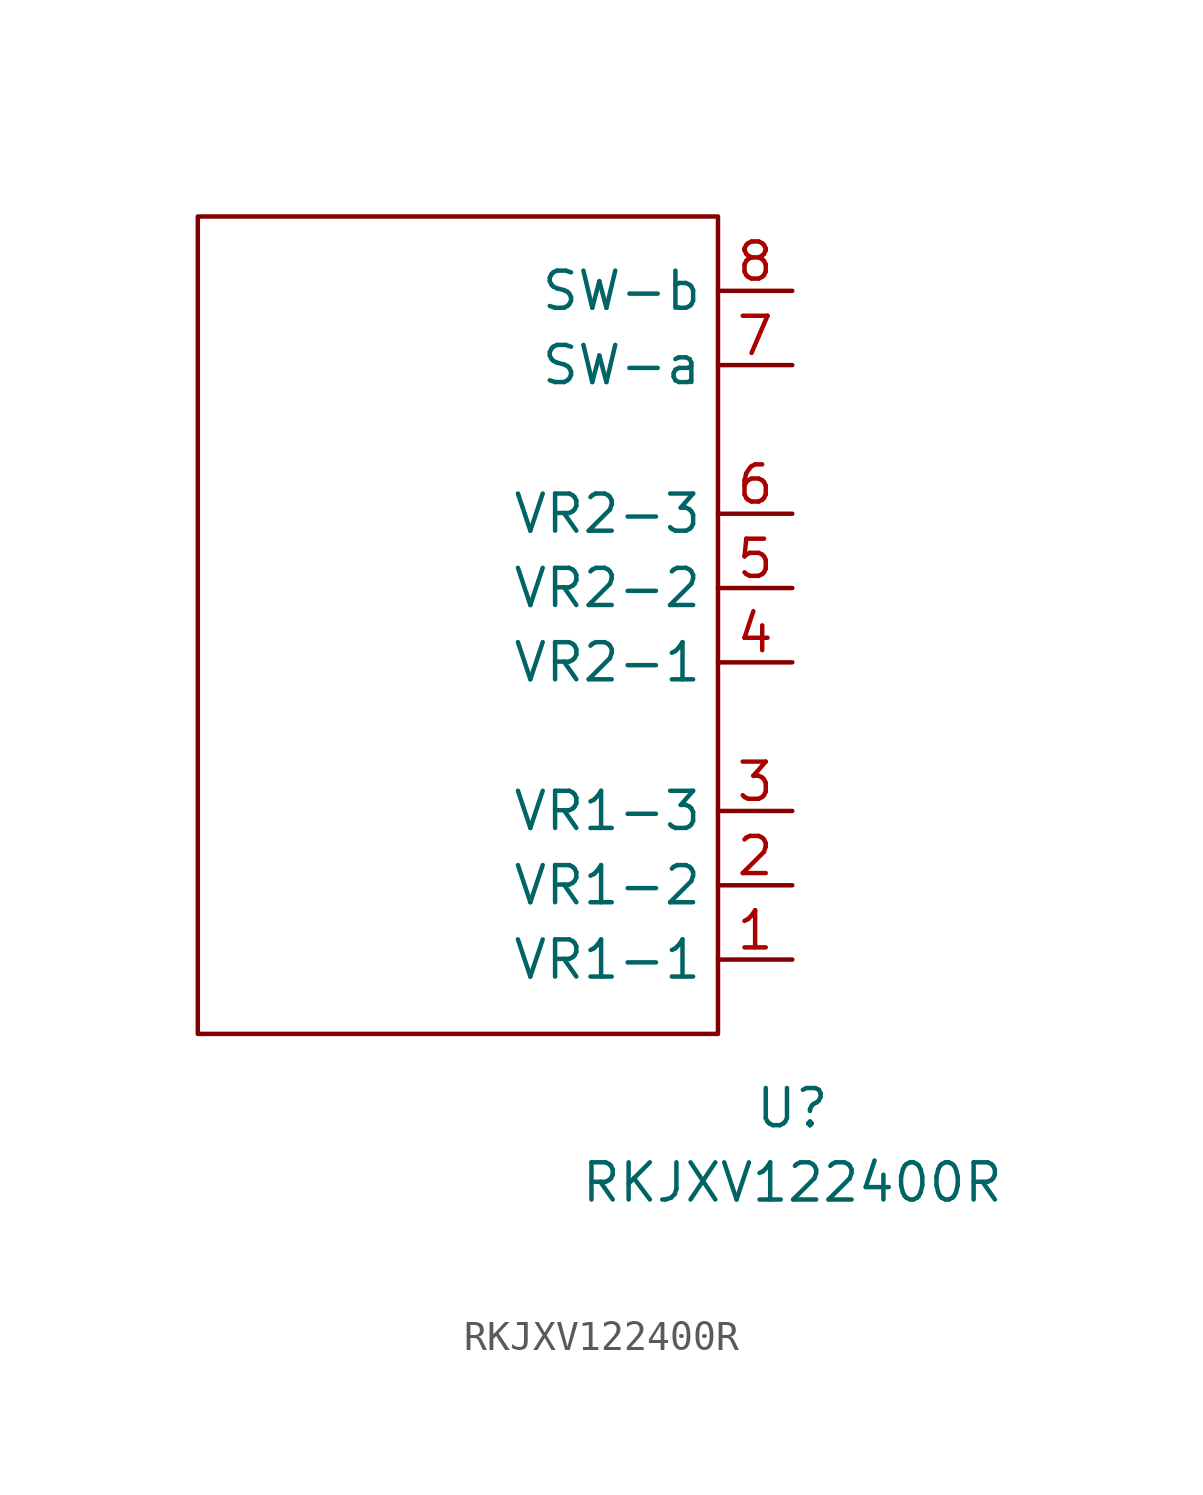
<source format=kicad_sym>
(kicad_symbol_lib
  (version 20220914)
  (generator kicad_symbol_editor)
  (symbol "RKJXV122400R"
    (property "Reference" "U"
      (at 0 -5.08 0)
      (effects (font (size 1.27 1.27))))
    (property "Value" "RKJXV122400R"
      (at 0 -7.62 0)
      (effects (font (size 1.27 1.27))))
    (symbol "RKJXV122400R_0_1"
      (rectangle (start -20.32 25.4) (end -2.54 -2.54) (stroke (width 0) (type default)) (fill (type none))))
    (symbol "RKJXV122400R_1_1"
      (pin input line (at 0 0 180) (length 2.54) (name "VR1-1" (effects (font (size 1.27 1.27)))) (number "1" (effects (font (size 1.27 1.27)))))
      (pin input line (at 0 2.54 180) (length 2.54) (name "VR1-2" (effects (font (size 1.27 1.27)))) (number "2" (effects (font (size 1.27 1.27)))))
      (pin input line (at 0 5.08 180) (length 2.54) (name "VR1-3" (effects (font (size 1.27 1.27)))) (number "3" (effects (font (size 1.27 1.27)))))
      (pin input line (at 0 10.16 180) (length 2.54) (name "VR2-1" (effects (font (size 1.27 1.27)))) (number "4" (effects (font (size 1.27 1.27)))))
      (pin input line (at 0 12.7 180) (length 2.54) (name "VR2-2" (effects (font (size 1.27 1.27)))) (number "5" (effects (font (size 1.27 1.27)))))
      (pin input line (at 0 15.24 180) (length 2.54) (name "VR2-3" (effects (font (size 1.27 1.27)))) (number "6" (effects (font (size 1.27 1.27)))))
      (pin input line (at 0 20.32 180) (length 2.54) (name "SW-a" (effects (font (size 1.27 1.27)))) (number "7" (effects (font (size 1.27 1.27)))))
      (pin input line (at 0 22.86 180) (length 2.54) (name "SW-b" (effects (font (size 1.27 1.27)))) (number "8" (effects (font (size 1.27 1.27))))))))
</source>
